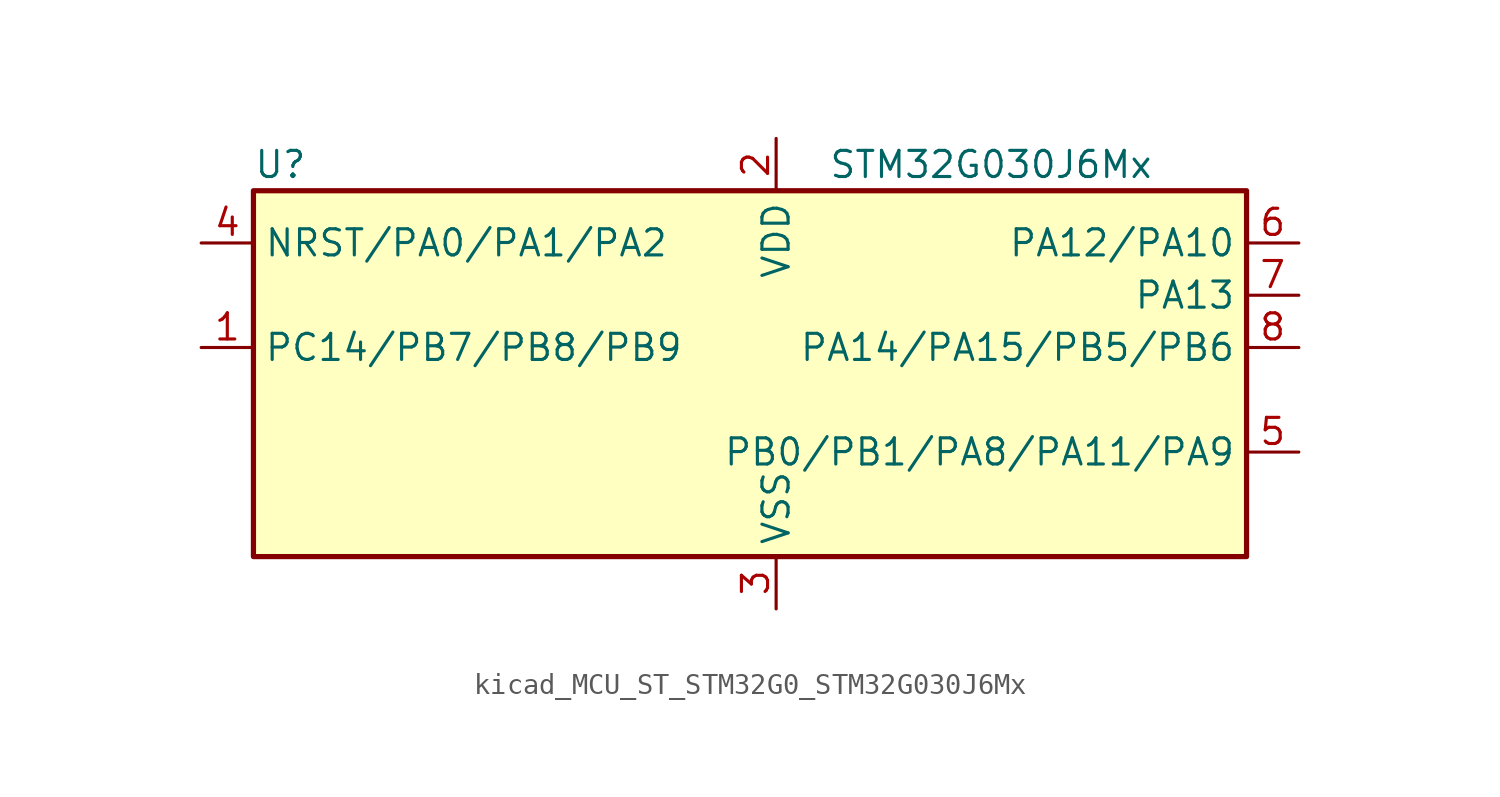
<source format=kicad_sym>
(kicad_symbol_lib
  (version 20220914)
  (generator kicad_symbol_editor)
  (symbol "kicad_MCU_ST_STM32G0_STM32G030J6Mx"
    (property "Reference" "U"
      (at -22.86 11.43 0)
      (effects (font (size 1.27 1.27)) (justify left)))
    (property "Value" "STM32G030J6Mx"
      (at 5.08 11.43 0)
      (effects (font (size 1.27 1.27)) (justify left)))
    (property "ki_locked" ""
      (at 0 0 0)
      (effects (font (size 1.27 1.27))))
    (symbol "kicad_MCU_ST_STM32G0_STM32G030J6Mx_0_1"
      (rectangle (start -22.86 -7.62) (end 25.4 10.16) (stroke (width 0.254) (type default)) (fill (type background))))
    (symbol "kicad_MCU_ST_STM32G0_STM32G030J6Mx_1_1"
      (pin bidirectional line (at -25.4 2.54 0) (length 2.54) (name "PC14/PB7/PB8/PB9" (effects (font (size 1.27 1.27)))) (number "1" (effects (font (size 1.27 1.27)))) (alternate "RCC_OSC32_IN" bidirectional line) (alternate "RCC_OSC_IN" bidirectional line) (alternate "TIM1_BK2" bidirectional line))
      (pin power_in line (at 2.54 12.7 270) (length 2.54) (name "VDD" (effects (font (size 1.27 1.27)))) (number "2" (effects (font (size 1.27 1.27)))))
      (pin power_in line (at 2.54 -10.16 90) (length 2.54) (name "VSS" (effects (font (size 1.27 1.27)))) (number "3" (effects (font (size 1.27 1.27)))))
      (pin input line (at -25.4 7.62 0) (length 2.54) (name "NRST/PA0/PA1/PA2" (effects (font (size 1.27 1.27)))) (number "4" (effects (font (size 1.27 1.27)))))
      (pin bidirectional line (at 27.94 -2.54 180) (length 2.54) (name "PB0/PB1/PA8/PA11/PA9" (effects (font (size 1.27 1.27)))) (number "5" (effects (font (size 1.27 1.27)))) (alternate "ADC1_IN8" bidirectional line) (alternate "I2S1_WS" bidirectional line) (alternate "SPI1_NSS" bidirectional line) (alternate "TIM1_CH2N" bidirectional line) (alternate "TIM3_CH3" bidirectional line))
      (pin bidirectional line (at 27.94 7.62 180) (length 2.54) (name "PA12/PA10" (effects (font (size 1.27 1.27)))) (number "6" (effects (font (size 1.27 1.27)))) (alternate "ADC1_IN16" bidirectional line) (alternate "I2C2_SDA" bidirectional line) (alternate "I2S1_SD" bidirectional line) (alternate "I2S_CKIN" bidirectional line) (alternate "SPI1_MOSI" bidirectional line) (alternate "TIM1_ETR" bidirectional line) (alternate "USART1_CK" bidirectional line) (alternate "USART1_DE" bidirectional line) (alternate "USART1_RTS" bidirectional line))
      (pin bidirectional line (at 27.94 5.08 180) (length 2.54) (name "PA13" (effects (font (size 1.27 1.27)))) (number "7" (effects (font (size 1.27 1.27)))) (alternate "ADC1_IN17" bidirectional line) (alternate "IR_OUT" bidirectional line) (alternate "SYS_SWDIO" bidirectional line))
      (pin bidirectional line (at 27.94 2.54 180) (length 2.54) (name "PA14/PA15/PB5/PB6" (effects (font (size 1.27 1.27)))) (number "8" (effects (font (size 1.27 1.27)))) (alternate "ADC1_IN18" bidirectional line) (alternate "SYS_SWCLK" bidirectional line) (alternate "USART2_TX" bidirectional line)))))
</source>
